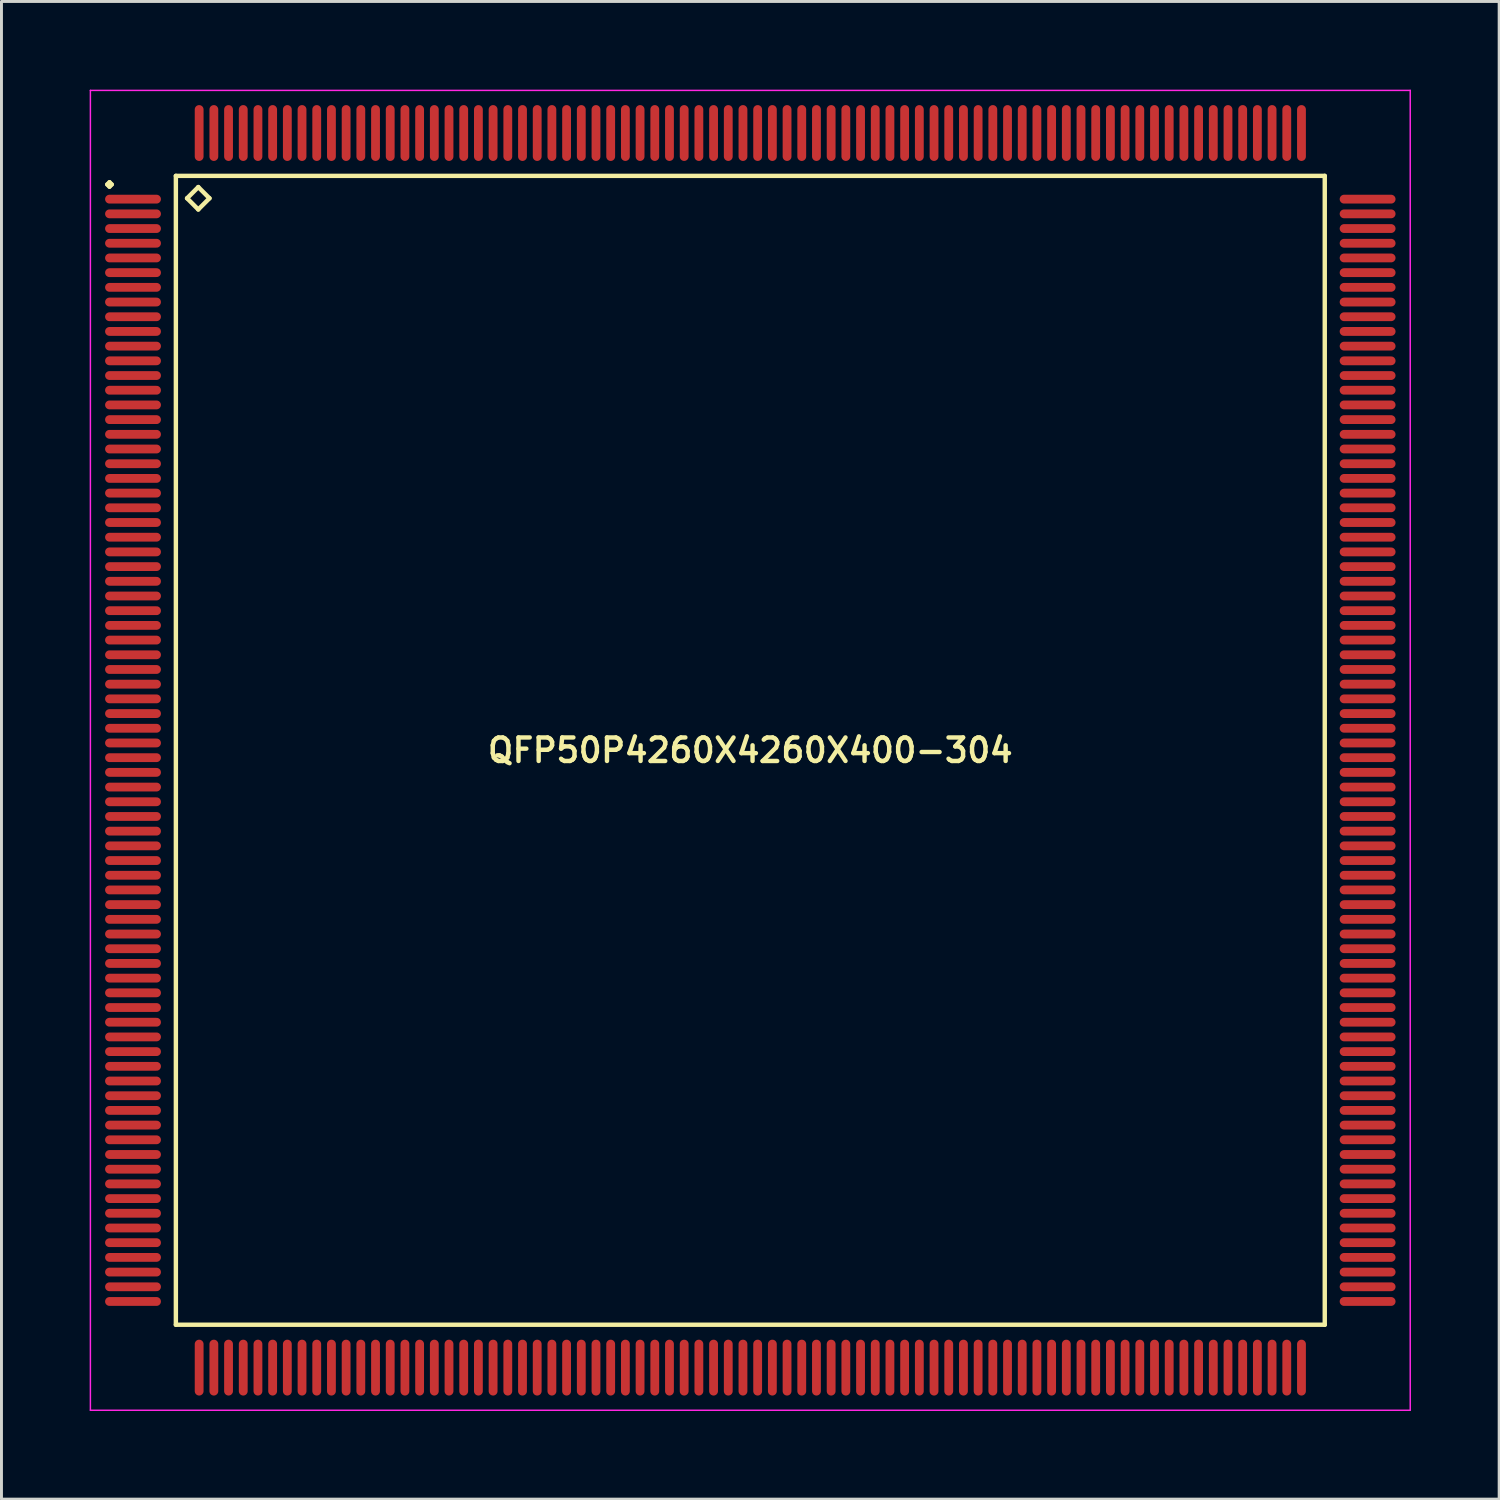
<source format=kicad_pcb>
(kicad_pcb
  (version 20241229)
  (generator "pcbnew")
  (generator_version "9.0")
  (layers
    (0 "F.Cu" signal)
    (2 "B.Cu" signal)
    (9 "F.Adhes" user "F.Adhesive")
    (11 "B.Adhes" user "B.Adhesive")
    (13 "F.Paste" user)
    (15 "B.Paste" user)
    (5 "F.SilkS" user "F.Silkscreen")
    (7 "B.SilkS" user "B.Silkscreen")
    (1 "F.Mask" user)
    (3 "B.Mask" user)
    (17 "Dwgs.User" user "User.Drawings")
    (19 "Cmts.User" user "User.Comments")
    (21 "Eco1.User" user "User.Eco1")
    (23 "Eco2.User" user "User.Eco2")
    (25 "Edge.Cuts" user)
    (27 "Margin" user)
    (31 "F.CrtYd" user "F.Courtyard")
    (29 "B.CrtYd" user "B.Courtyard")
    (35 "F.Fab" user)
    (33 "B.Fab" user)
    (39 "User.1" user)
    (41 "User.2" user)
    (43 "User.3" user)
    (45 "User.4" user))
  (footprint "QFP50P4260X4260X400-304"
    (layer "F.Cu")
    (at 22.475 22.475)
    (property "Reference" "QFP50P4260X4260X400-304" (at 0 0 0) (layer "F.SilkS") (effects (font (size 0.8 0.8) (thickness 0.15))))
    (attr smd)
    (fp_line (start -21.875 -19.25) (end -21.8 -19.325) (stroke (width 0.15) (type solid)) (layer "F.SilkS"))
    (fp_line (start -21.8 -19.325) (end -21.725 -19.25) (stroke (width 0.15) (type solid)) (layer "F.SilkS"))
    (fp_line (start -21.8 -19.175) (end -21.875 -19.25) (stroke (width 0.15) (type solid)) (layer "F.SilkS"))
    (fp_line (start -21.725 -19.25) (end -21.8 -19.175) (stroke (width 0.15) (type solid)) (layer "F.SilkS"))
    (fp_line (start -19.542 -19.542) (end -19.542 19.542) (stroke (width 0.15) (type solid)) (layer "F.SilkS"))
    (fp_line (start -19.542 19.542) (end 19.542 19.542) (stroke (width 0.15) (type solid)) (layer "F.SilkS"))
    (fp_line (start -19.161 -18.78) (end -18.78 -19.161) (stroke (width 0.15) (type solid)) (layer "F.SilkS"))
    (fp_line (start -18.78 -19.161) (end -18.399 -18.78) (stroke (width 0.15) (type solid)) (layer "F.SilkS"))
    (fp_line (start -18.78 -18.399) (end -19.161 -18.78) (stroke (width 0.15) (type solid)) (layer "F.SilkS"))
    (fp_line (start -18.399 -18.78) (end -18.78 -18.399) (stroke (width 0.15) (type solid)) (layer "F.SilkS"))
    (fp_line (start 19.542 -19.542) (end -19.542 -19.542) (stroke (width 0.15) (type solid)) (layer "F.SilkS"))
    (fp_line (start 19.542 19.542) (end 19.542 -19.542) (stroke (width 0.15) (type solid)) (layer "F.SilkS"))
    (fp_line (start -22.45 -22.45) (end 22.45 -22.45) (stroke (width 0.05) (type solid)) (layer "F.CrtYd"))
    (fp_line (start -22.45 22.45) (end -22.45 -22.45) (stroke (width 0.05) (type solid)) (layer "F.CrtYd"))
    (fp_line (start 22.45 -22.45) (end 22.45 22.45) (stroke (width 0.05) (type solid)) (layer "F.CrtYd"))
    (fp_line (start 22.45 22.45) (end -22.45 22.45) (stroke (width 0.05) (type solid)) (layer "F.CrtYd"))
    (pad "1" smd oval (at -21 -18.75) (size 1.9 0.3) (layers "F.Cu" "F.Mask" "F.Paste"))
    (pad "2" smd oval (at -21 -18.25) (size 1.9 0.3) (layers "F.Cu" "F.Mask" "F.Paste"))
    (pad "3" smd oval (at -21 -17.75) (size 1.9 0.3) (layers "F.Cu" "F.Mask" "F.Paste"))
    (pad "4" smd oval (at -21 -17.25) (size 1.9 0.3) (layers "F.Cu" "F.Mask" "F.Paste"))
    (pad "5" smd oval (at -21 -16.75) (size 1.9 0.3) (layers "F.Cu" "F.Mask" "F.Paste"))
    (pad "6" smd oval (at -21 -16.25) (size 1.9 0.3) (layers "F.Cu" "F.Mask" "F.Paste"))
    (pad "7" smd oval (at -21 -15.75) (size 1.9 0.3) (layers "F.Cu" "F.Mask" "F.Paste"))
    (pad "8" smd oval (at -21 -15.25) (size 1.9 0.3) (layers "F.Cu" "F.Mask" "F.Paste"))
    (pad "9" smd oval (at -21 -14.75) (size 1.9 0.3) (layers "F.Cu" "F.Mask" "F.Paste"))
    (pad "10" smd oval (at -21 -14.25) (size 1.9 0.3) (layers "F.Cu" "F.Mask" "F.Paste"))
    (pad "11" smd oval (at -21 -13.75) (size 1.9 0.3) (layers "F.Cu" "F.Mask" "F.Paste"))
    (pad "12" smd oval (at -21 -13.25) (size 1.9 0.3) (layers "F.Cu" "F.Mask" "F.Paste"))
    (pad "13" smd oval (at -21 -12.75) (size 1.9 0.3) (layers "F.Cu" "F.Mask" "F.Paste"))
    (pad "14" smd oval (at -21 -12.25) (size 1.9 0.3) (layers "F.Cu" "F.Mask" "F.Paste"))
    (pad "15" smd oval (at -21 -11.75) (size 1.9 0.3) (layers "F.Cu" "F.Mask" "F.Paste"))
    (pad "16" smd oval (at -21 -11.25) (size 1.9 0.3) (layers "F.Cu" "F.Mask" "F.Paste"))
    (pad "17" smd oval (at -21 -10.75) (size 1.9 0.3) (layers "F.Cu" "F.Mask" "F.Paste"))
    (pad "18" smd oval (at -21 -10.25) (size 1.9 0.3) (layers "F.Cu" "F.Mask" "F.Paste"))
    (pad "19" smd oval (at -21 -9.75) (size 1.9 0.3) (layers "F.Cu" "F.Mask" "F.Paste"))
    (pad "20" smd oval (at -21 -9.25) (size 1.9 0.3) (layers "F.Cu" "F.Mask" "F.Paste"))
    (pad "21" smd oval (at -21 -8.75) (size 1.9 0.3) (layers "F.Cu" "F.Mask" "F.Paste"))
    (pad "22" smd oval (at -21 -8.25) (size 1.9 0.3) (layers "F.Cu" "F.Mask" "F.Paste"))
    (pad "23" smd oval (at -21 -7.75) (size 1.9 0.3) (layers "F.Cu" "F.Mask" "F.Paste"))
    (pad "24" smd oval (at -21 -7.25) (size 1.9 0.3) (layers "F.Cu" "F.Mask" "F.Paste"))
    (pad "25" smd oval (at -21 -6.75) (size 1.9 0.3) (layers "F.Cu" "F.Mask" "F.Paste"))
    (pad "26" smd oval (at -21 -6.25) (size 1.9 0.3) (layers "F.Cu" "F.Mask" "F.Paste"))
    (pad "27" smd oval (at -21 -5.75) (size 1.9 0.3) (layers "F.Cu" "F.Mask" "F.Paste"))
    (pad "28" smd oval (at -21 -5.25) (size 1.9 0.3) (layers "F.Cu" "F.Mask" "F.Paste"))
    (pad "29" smd oval (at -21 -4.75) (size 1.9 0.3) (layers "F.Cu" "F.Mask" "F.Paste"))
    (pad "30" smd oval (at -21 -4.25) (size 1.9 0.3) (layers "F.Cu" "F.Mask" "F.Paste"))
    (pad "31" smd oval (at -21 -3.75) (size 1.9 0.3) (layers "F.Cu" "F.Mask" "F.Paste"))
    (pad "32" smd oval (at -21 -3.25) (size 1.9 0.3) (layers "F.Cu" "F.Mask" "F.Paste"))
    (pad "33" smd oval (at -21 -2.75) (size 1.9 0.3) (layers "F.Cu" "F.Mask" "F.Paste"))
    (pad "34" smd oval (at -21 -2.25) (size 1.9 0.3) (layers "F.Cu" "F.Mask" "F.Paste"))
    (pad "35" smd oval (at -21 -1.75) (size 1.9 0.3) (layers "F.Cu" "F.Mask" "F.Paste"))
    (pad "36" smd oval (at -21 -1.25) (size 1.9 0.3) (layers "F.Cu" "F.Mask" "F.Paste"))
    (pad "37" smd oval (at -21 -0.75) (size 1.9 0.3) (layers "F.Cu" "F.Mask" "F.Paste"))
    (pad "38" smd oval (at -21 -0.25) (size 1.9 0.3) (layers "F.Cu" "F.Mask" "F.Paste"))
    (pad "39" smd oval (at -21 0.25) (size 1.9 0.3) (layers "F.Cu" "F.Mask" "F.Paste"))
    (pad "40" smd oval (at -21 0.75) (size 1.9 0.3) (layers "F.Cu" "F.Mask" "F.Paste"))
    (pad "41" smd oval (at -21 1.25) (size 1.9 0.3) (layers "F.Cu" "F.Mask" "F.Paste"))
    (pad "42" smd oval (at -21 1.75) (size 1.9 0.3) (layers "F.Cu" "F.Mask" "F.Paste"))
    (pad "43" smd oval (at -21 2.25) (size 1.9 0.3) (layers "F.Cu" "F.Mask" "F.Paste"))
    (pad "44" smd oval (at -21 2.75) (size 1.9 0.3) (layers "F.Cu" "F.Mask" "F.Paste"))
    (pad "45" smd oval (at -21 3.25) (size 1.9 0.3) (layers "F.Cu" "F.Mask" "F.Paste"))
    (pad "46" smd oval (at -21 3.75) (size 1.9 0.3) (layers "F.Cu" "F.Mask" "F.Paste"))
    (pad "47" smd oval (at -21 4.25) (size 1.9 0.3) (layers "F.Cu" "F.Mask" "F.Paste"))
    (pad "48" smd oval (at -21 4.75) (size 1.9 0.3) (layers "F.Cu" "F.Mask" "F.Paste"))
    (pad "49" smd oval (at -21 5.25) (size 1.9 0.3) (layers "F.Cu" "F.Mask" "F.Paste"))
    (pad "50" smd oval (at -21 5.75) (size 1.9 0.3) (layers "F.Cu" "F.Mask" "F.Paste"))
    (pad "51" smd oval (at -21 6.25) (size 1.9 0.3) (layers "F.Cu" "F.Mask" "F.Paste"))
    (pad "52" smd oval (at -21 6.75) (size 1.9 0.3) (layers "F.Cu" "F.Mask" "F.Paste"))
    (pad "53" smd oval (at -21 7.25) (size 1.9 0.3) (layers "F.Cu" "F.Mask" "F.Paste"))
    (pad "54" smd oval (at -21 7.75) (size 1.9 0.3) (layers "F.Cu" "F.Mask" "F.Paste"))
    (pad "55" smd oval (at -21 8.25) (size 1.9 0.3) (layers "F.Cu" "F.Mask" "F.Paste"))
    (pad "56" smd oval (at -21 8.75) (size 1.9 0.3) (layers "F.Cu" "F.Mask" "F.Paste"))
    (pad "57" smd oval (at -21 9.25) (size 1.9 0.3) (layers "F.Cu" "F.Mask" "F.Paste"))
    (pad "58" smd oval (at -21 9.75) (size 1.9 0.3) (layers "F.Cu" "F.Mask" "F.Paste"))
    (pad "59" smd oval (at -21 10.25) (size 1.9 0.3) (layers "F.Cu" "F.Mask" "F.Paste"))
    (pad "60" smd oval (at -21 10.75) (size 1.9 0.3) (layers "F.Cu" "F.Mask" "F.Paste"))
    (pad "61" smd oval (at -21 11.25) (size 1.9 0.3) (layers "F.Cu" "F.Mask" "F.Paste"))
    (pad "62" smd oval (at -21 11.75) (size 1.9 0.3) (layers "F.Cu" "F.Mask" "F.Paste"))
    (pad "63" smd oval (at -21 12.25) (size 1.9 0.3) (layers "F.Cu" "F.Mask" "F.Paste"))
    (pad "64" smd oval (at -21 12.75) (size 1.9 0.3) (layers "F.Cu" "F.Mask" "F.Paste"))
    (pad "65" smd oval (at -21 13.25) (size 1.9 0.3) (layers "F.Cu" "F.Mask" "F.Paste"))
    (pad "66" smd oval (at -21 13.75) (size 1.9 0.3) (layers "F.Cu" "F.Mask" "F.Paste"))
    (pad "67" smd oval (at -21 14.25) (size 1.9 0.3) (layers "F.Cu" "F.Mask" "F.Paste"))
    (pad "68" smd oval (at -21 14.75) (size 1.9 0.3) (layers "F.Cu" "F.Mask" "F.Paste"))
    (pad "69" smd oval (at -21 15.25) (size 1.9 0.3) (layers "F.Cu" "F.Mask" "F.Paste"))
    (pad "70" smd oval (at -21 15.75) (size 1.9 0.3) (layers "F.Cu" "F.Mask" "F.Paste"))
    (pad "71" smd oval (at -21 16.25) (size 1.9 0.3) (layers "F.Cu" "F.Mask" "F.Paste"))
    (pad "72" smd oval (at -21 16.75) (size 1.9 0.3) (layers "F.Cu" "F.Mask" "F.Paste"))
    (pad "73" smd oval (at -21 17.25) (size 1.9 0.3) (layers "F.Cu" "F.Mask" "F.Paste"))
    (pad "74" smd oval (at -21 17.75) (size 1.9 0.3) (layers "F.Cu" "F.Mask" "F.Paste"))
    (pad "75" smd oval (at -21 18.25) (size 1.9 0.3) (layers "F.Cu" "F.Mask" "F.Paste"))
    (pad "76" smd oval (at -21 18.75) (size 1.9 0.3) (layers "F.Cu" "F.Mask" "F.Paste"))
    (pad "77" smd oval (at -18.75 21) (size 0.3 1.9) (layers "F.Cu" "F.Mask" "F.Paste"))
    (pad "78" smd oval (at -18.25 21) (size 0.3 1.9) (layers "F.Cu" "F.Mask" "F.Paste"))
    (pad "79" smd oval (at -17.75 21) (size 0.3 1.9) (layers "F.Cu" "F.Mask" "F.Paste"))
    (pad "80" smd oval (at -17.25 21) (size 0.3 1.9) (layers "F.Cu" "F.Mask" "F.Paste"))
    (pad "81" smd oval (at -16.75 21) (size 0.3 1.9) (layers "F.Cu" "F.Mask" "F.Paste"))
    (pad "82" smd oval (at -16.25 21) (size 0.3 1.9) (layers "F.Cu" "F.Mask" "F.Paste"))
    (pad "83" smd oval (at -15.75 21) (size 0.3 1.9) (layers "F.Cu" "F.Mask" "F.Paste"))
    (pad "84" smd oval (at -15.25 21) (size 0.3 1.9) (layers "F.Cu" "F.Mask" "F.Paste"))
    (pad "85" smd oval (at -14.75 21) (size 0.3 1.9) (layers "F.Cu" "F.Mask" "F.Paste"))
    (pad "86" smd oval (at -14.25 21) (size 0.3 1.9) (layers "F.Cu" "F.Mask" "F.Paste"))
    (pad "87" smd oval (at -13.75 21) (size 0.3 1.9) (layers "F.Cu" "F.Mask" "F.Paste"))
    (pad "88" smd oval (at -13.25 21) (size 0.3 1.9) (layers "F.Cu" "F.Mask" "F.Paste"))
    (pad "89" smd oval (at -12.75 21) (size 0.3 1.9) (layers "F.Cu" "F.Mask" "F.Paste"))
    (pad "90" smd oval (at -12.25 21) (size 0.3 1.9) (layers "F.Cu" "F.Mask" "F.Paste"))
    (pad "91" smd oval (at -11.75 21) (size 0.3 1.9) (layers "F.Cu" "F.Mask" "F.Paste"))
    (pad "92" smd oval (at -11.25 21) (size 0.3 1.9) (layers "F.Cu" "F.Mask" "F.Paste"))
    (pad "93" smd oval (at -10.75 21) (size 0.3 1.9) (layers "F.Cu" "F.Mask" "F.Paste"))
    (pad "94" smd oval (at -10.25 21) (size 0.3 1.9) (layers "F.Cu" "F.Mask" "F.Paste"))
    (pad "95" smd oval (at -9.75 21) (size 0.3 1.9) (layers "F.Cu" "F.Mask" "F.Paste"))
    (pad "96" smd oval (at -9.25 21) (size 0.3 1.9) (layers "F.Cu" "F.Mask" "F.Paste"))
    (pad "97" smd oval (at -8.75 21) (size 0.3 1.9) (layers "F.Cu" "F.Mask" "F.Paste"))
    (pad "98" smd oval (at -8.25 21) (size 0.3 1.9) (layers "F.Cu" "F.Mask" "F.Paste"))
    (pad "99" smd oval (at -7.75 21) (size 0.3 1.9) (layers "F.Cu" "F.Mask" "F.Paste"))
    (pad "100" smd oval (at -7.25 21) (size 0.3 1.9) (layers "F.Cu" "F.Mask" "F.Paste"))
    (pad "101" smd oval (at -6.75 21) (size 0.3 1.9) (layers "F.Cu" "F.Mask" "F.Paste"))
    (pad "102" smd oval (at -6.25 21) (size 0.3 1.9) (layers "F.Cu" "F.Mask" "F.Paste"))
    (pad "103" smd oval (at -5.75 21) (size 0.3 1.9) (layers "F.Cu" "F.Mask" "F.Paste"))
    (pad "104" smd oval (at -5.25 21) (size 0.3 1.9) (layers "F.Cu" "F.Mask" "F.Paste"))
    (pad "105" smd oval (at -4.75 21) (size 0.3 1.9) (layers "F.Cu" "F.Mask" "F.Paste"))
    (pad "106" smd oval (at -4.25 21) (size 0.3 1.9) (layers "F.Cu" "F.Mask" "F.Paste"))
    (pad "107" smd oval (at -3.75 21) (size 0.3 1.9) (layers "F.Cu" "F.Mask" "F.Paste"))
    (pad "108" smd oval (at -3.25 21) (size 0.3 1.9) (layers "F.Cu" "F.Mask" "F.Paste"))
    (pad "109" smd oval (at -2.75 21) (size 0.3 1.9) (layers "F.Cu" "F.Mask" "F.Paste"))
    (pad "110" smd oval (at -2.25 21) (size 0.3 1.9) (layers "F.Cu" "F.Mask" "F.Paste"))
    (pad "111" smd oval (at -1.75 21) (size 0.3 1.9) (layers "F.Cu" "F.Mask" "F.Paste"))
    (pad "112" smd oval (at -1.25 21) (size 0.3 1.9) (layers "F.Cu" "F.Mask" "F.Paste"))
    (pad "113" smd oval (at -0.75 21) (size 0.3 1.9) (layers "F.Cu" "F.Mask" "F.Paste"))
    (pad "114" smd oval (at -0.25 21) (size 0.3 1.9) (layers "F.Cu" "F.Mask" "F.Paste"))
    (pad "115" smd oval (at 0.25 21) (size 0.3 1.9) (layers "F.Cu" "F.Mask" "F.Paste"))
    (pad "116" smd oval (at 0.75 21) (size 0.3 1.9) (layers "F.Cu" "F.Mask" "F.Paste"))
    (pad "117" smd oval (at 1.25 21) (size 0.3 1.9) (layers "F.Cu" "F.Mask" "F.Paste"))
    (pad "118" smd oval (at 1.75 21) (size 0.3 1.9) (layers "F.Cu" "F.Mask" "F.Paste"))
    (pad "119" smd oval (at 2.25 21) (size 0.3 1.9) (layers "F.Cu" "F.Mask" "F.Paste"))
    (pad "120" smd oval (at 2.75 21) (size 0.3 1.9) (layers "F.Cu" "F.Mask" "F.Paste"))
    (pad "121" smd oval (at 3.25 21) (size 0.3 1.9) (layers "F.Cu" "F.Mask" "F.Paste"))
    (pad "122" smd oval (at 3.75 21) (size 0.3 1.9) (layers "F.Cu" "F.Mask" "F.Paste"))
    (pad "123" smd oval (at 4.25 21) (size 0.3 1.9) (layers "F.Cu" "F.Mask" "F.Paste"))
    (pad "124" smd oval (at 4.75 21) (size 0.3 1.9) (layers "F.Cu" "F.Mask" "F.Paste"))
    (pad "125" smd oval (at 5.25 21) (size 0.3 1.9) (layers "F.Cu" "F.Mask" "F.Paste"))
    (pad "126" smd oval (at 5.75 21) (size 0.3 1.9) (layers "F.Cu" "F.Mask" "F.Paste"))
    (pad "127" smd oval (at 6.25 21) (size 0.3 1.9) (layers "F.Cu" "F.Mask" "F.Paste"))
    (pad "128" smd oval (at 6.75 21) (size 0.3 1.9) (layers "F.Cu" "F.Mask" "F.Paste"))
    (pad "129" smd oval (at 7.25 21) (size 0.3 1.9) (layers "F.Cu" "F.Mask" "F.Paste"))
    (pad "130" smd oval (at 7.75 21) (size 0.3 1.9) (layers "F.Cu" "F.Mask" "F.Paste"))
    (pad "131" smd oval (at 8.25 21) (size 0.3 1.9) (layers "F.Cu" "F.Mask" "F.Paste"))
    (pad "132" smd oval (at 8.75 21) (size 0.3 1.9) (layers "F.Cu" "F.Mask" "F.Paste"))
    (pad "133" smd oval (at 9.25 21) (size 0.3 1.9) (layers "F.Cu" "F.Mask" "F.Paste"))
    (pad "134" smd oval (at 9.75 21) (size 0.3 1.9) (layers "F.Cu" "F.Mask" "F.Paste"))
    (pad "135" smd oval (at 10.25 21) (size 0.3 1.9) (layers "F.Cu" "F.Mask" "F.Paste"))
    (pad "136" smd oval (at 10.75 21) (size 0.3 1.9) (layers "F.Cu" "F.Mask" "F.Paste"))
    (pad "137" smd oval (at 11.25 21) (size 0.3 1.9) (layers "F.Cu" "F.Mask" "F.Paste"))
    (pad "138" smd oval (at 11.75 21) (size 0.3 1.9) (layers "F.Cu" "F.Mask" "F.Paste"))
    (pad "139" smd oval (at 12.25 21) (size 0.3 1.9) (layers "F.Cu" "F.Mask" "F.Paste"))
    (pad "140" smd oval (at 12.75 21) (size 0.3 1.9) (layers "F.Cu" "F.Mask" "F.Paste"))
    (pad "141" smd oval (at 13.25 21) (size 0.3 1.9) (layers "F.Cu" "F.Mask" "F.Paste"))
    (pad "142" smd oval (at 13.75 21) (size 0.3 1.9) (layers "F.Cu" "F.Mask" "F.Paste"))
    (pad "143" smd oval (at 14.25 21) (size 0.3 1.9) (layers "F.Cu" "F.Mask" "F.Paste"))
    (pad "144" smd oval (at 14.75 21) (size 0.3 1.9) (layers "F.Cu" "F.Mask" "F.Paste"))
    (pad "145" smd oval (at 15.25 21) (size 0.3 1.9) (layers "F.Cu" "F.Mask" "F.Paste"))
    (pad "146" smd oval (at 15.75 21) (size 0.3 1.9) (layers "F.Cu" "F.Mask" "F.Paste"))
    (pad "147" smd oval (at 16.25 21) (size 0.3 1.9) (layers "F.Cu" "F.Mask" "F.Paste"))
    (pad "148" smd oval (at 16.75 21) (size 0.3 1.9) (layers "F.Cu" "F.Mask" "F.Paste"))
    (pad "149" smd oval (at 17.25 21) (size 0.3 1.9) (layers "F.Cu" "F.Mask" "F.Paste"))
    (pad "150" smd oval (at 17.75 21) (size 0.3 1.9) (layers "F.Cu" "F.Mask" "F.Paste"))
    (pad "151" smd oval (at 18.25 21) (size 0.3 1.9) (layers "F.Cu" "F.Mask" "F.Paste"))
    (pad "152" smd oval (at 18.75 21) (size 0.3 1.9) (layers "F.Cu" "F.Mask" "F.Paste"))
    (pad "153" smd oval (at 21 18.75) (size 1.9 0.3) (layers "F.Cu" "F.Mask" "F.Paste"))
    (pad "154" smd oval (at 21 18.25) (size 1.9 0.3) (layers "F.Cu" "F.Mask" "F.Paste"))
    (pad "155" smd oval (at 21 17.75) (size 1.9 0.3) (layers "F.Cu" "F.Mask" "F.Paste"))
    (pad "156" smd oval (at 21 17.25) (size 1.9 0.3) (layers "F.Cu" "F.Mask" "F.Paste"))
    (pad "157" smd oval (at 21 16.75) (size 1.9 0.3) (layers "F.Cu" "F.Mask" "F.Paste"))
    (pad "158" smd oval (at 21 16.25) (size 1.9 0.3) (layers "F.Cu" "F.Mask" "F.Paste"))
    (pad "159" smd oval (at 21 15.75) (size 1.9 0.3) (layers "F.Cu" "F.Mask" "F.Paste"))
    (pad "160" smd oval (at 21 15.25) (size 1.9 0.3) (layers "F.Cu" "F.Mask" "F.Paste"))
    (pad "161" smd oval (at 21 14.75) (size 1.9 0.3) (layers "F.Cu" "F.Mask" "F.Paste"))
    (pad "162" smd oval (at 21 14.25) (size 1.9 0.3) (layers "F.Cu" "F.Mask" "F.Paste"))
    (pad "163" smd oval (at 21 13.75) (size 1.9 0.3) (layers "F.Cu" "F.Mask" "F.Paste"))
    (pad "164" smd oval (at 21 13.25) (size 1.9 0.3) (layers "F.Cu" "F.Mask" "F.Paste"))
    (pad "165" smd oval (at 21 12.75) (size 1.9 0.3) (layers "F.Cu" "F.Mask" "F.Paste"))
    (pad "166" smd oval (at 21 12.25) (size 1.9 0.3) (layers "F.Cu" "F.Mask" "F.Paste"))
    (pad "167" smd oval (at 21 11.75) (size 1.9 0.3) (layers "F.Cu" "F.Mask" "F.Paste"))
    (pad "168" smd oval (at 21 11.25) (size 1.9 0.3) (layers "F.Cu" "F.Mask" "F.Paste"))
    (pad "169" smd oval (at 21 10.75) (size 1.9 0.3) (layers "F.Cu" "F.Mask" "F.Paste"))
    (pad "170" smd oval (at 21 10.25) (size 1.9 0.3) (layers "F.Cu" "F.Mask" "F.Paste"))
    (pad "171" smd oval (at 21 9.75) (size 1.9 0.3) (layers "F.Cu" "F.Mask" "F.Paste"))
    (pad "172" smd oval (at 21 9.25) (size 1.9 0.3) (layers "F.Cu" "F.Mask" "F.Paste"))
    (pad "173" smd oval (at 21 8.75) (size 1.9 0.3) (layers "F.Cu" "F.Mask" "F.Paste"))
    (pad "174" smd oval (at 21 8.25) (size 1.9 0.3) (layers "F.Cu" "F.Mask" "F.Paste"))
    (pad "175" smd oval (at 21 7.75) (size 1.9 0.3) (layers "F.Cu" "F.Mask" "F.Paste"))
    (pad "176" smd oval (at 21 7.25) (size 1.9 0.3) (layers "F.Cu" "F.Mask" "F.Paste"))
    (pad "177" smd oval (at 21 6.75) (size 1.9 0.3) (layers "F.Cu" "F.Mask" "F.Paste"))
    (pad "178" smd oval (at 21 6.25) (size 1.9 0.3) (layers "F.Cu" "F.Mask" "F.Paste"))
    (pad "179" smd oval (at 21 5.75) (size 1.9 0.3) (layers "F.Cu" "F.Mask" "F.Paste"))
    (pad "180" smd oval (at 21 5.25) (size 1.9 0.3) (layers "F.Cu" "F.Mask" "F.Paste"))
    (pad "181" smd oval (at 21 4.75) (size 1.9 0.3) (layers "F.Cu" "F.Mask" "F.Paste"))
    (pad "182" smd oval (at 21 4.25) (size 1.9 0.3) (layers "F.Cu" "F.Mask" "F.Paste"))
    (pad "183" smd oval (at 21 3.75) (size 1.9 0.3) (layers "F.Cu" "F.Mask" "F.Paste"))
    (pad "184" smd oval (at 21 3.25) (size 1.9 0.3) (layers "F.Cu" "F.Mask" "F.Paste"))
    (pad "185" smd oval (at 21 2.75) (size 1.9 0.3) (layers "F.Cu" "F.Mask" "F.Paste"))
    (pad "186" smd oval (at 21 2.25) (size 1.9 0.3) (layers "F.Cu" "F.Mask" "F.Paste"))
    (pad "187" smd oval (at 21 1.75) (size 1.9 0.3) (layers "F.Cu" "F.Mask" "F.Paste"))
    (pad "188" smd oval (at 21 1.25) (size 1.9 0.3) (layers "F.Cu" "F.Mask" "F.Paste"))
    (pad "189" smd oval (at 21 0.75) (size 1.9 0.3) (layers "F.Cu" "F.Mask" "F.Paste"))
    (pad "190" smd oval (at 21 0.25) (size 1.9 0.3) (layers "F.Cu" "F.Mask" "F.Paste"))
    (pad "191" smd oval (at 21 -0.25) (size 1.9 0.3) (layers "F.Cu" "F.Mask" "F.Paste"))
    (pad "192" smd oval (at 21 -0.75) (size 1.9 0.3) (layers "F.Cu" "F.Mask" "F.Paste"))
    (pad "193" smd oval (at 21 -1.25) (size 1.9 0.3) (layers "F.Cu" "F.Mask" "F.Paste"))
    (pad "194" smd oval (at 21 -1.75) (size 1.9 0.3) (layers "F.Cu" "F.Mask" "F.Paste"))
    (pad "195" smd oval (at 21 -2.25) (size 1.9 0.3) (layers "F.Cu" "F.Mask" "F.Paste"))
    (pad "196" smd oval (at 21 -2.75) (size 1.9 0.3) (layers "F.Cu" "F.Mask" "F.Paste"))
    (pad "197" smd oval (at 21 -3.25) (size 1.9 0.3) (layers "F.Cu" "F.Mask" "F.Paste"))
    (pad "198" smd oval (at 21 -3.75) (size 1.9 0.3) (layers "F.Cu" "F.Mask" "F.Paste"))
    (pad "199" smd oval (at 21 -4.25) (size 1.9 0.3) (layers "F.Cu" "F.Mask" "F.Paste"))
    (pad "200" smd oval (at 21 -4.75) (size 1.9 0.3) (layers "F.Cu" "F.Mask" "F.Paste"))
    (pad "201" smd oval (at 21 -5.25) (size 1.9 0.3) (layers "F.Cu" "F.Mask" "F.Paste"))
    (pad "202" smd oval (at 21 -5.75) (size 1.9 0.3) (layers "F.Cu" "F.Mask" "F.Paste"))
    (pad "203" smd oval (at 21 -6.25) (size 1.9 0.3) (layers "F.Cu" "F.Mask" "F.Paste"))
    (pad "204" smd oval (at 21 -6.75) (size 1.9 0.3) (layers "F.Cu" "F.Mask" "F.Paste"))
    (pad "205" smd oval (at 21 -7.25) (size 1.9 0.3) (layers "F.Cu" "F.Mask" "F.Paste"))
    (pad "206" smd oval (at 21 -7.75) (size 1.9 0.3) (layers "F.Cu" "F.Mask" "F.Paste"))
    (pad "207" smd oval (at 21 -8.25) (size 1.9 0.3) (layers "F.Cu" "F.Mask" "F.Paste"))
    (pad "208" smd oval (at 21 -8.75) (size 1.9 0.3) (layers "F.Cu" "F.Mask" "F.Paste"))
    (pad "209" smd oval (at 21 -9.25) (size 1.9 0.3) (layers "F.Cu" "F.Mask" "F.Paste"))
    (pad "210" smd oval (at 21 -9.75) (size 1.9 0.3) (layers "F.Cu" "F.Mask" "F.Paste"))
    (pad "211" smd oval (at 21 -10.25) (size 1.9 0.3) (layers "F.Cu" "F.Mask" "F.Paste"))
    (pad "212" smd oval (at 21 -10.75) (size 1.9 0.3) (layers "F.Cu" "F.Mask" "F.Paste"))
    (pad "213" smd oval (at 21 -11.25) (size 1.9 0.3) (layers "F.Cu" "F.Mask" "F.Paste"))
    (pad "214" smd oval (at 21 -11.75) (size 1.9 0.3) (layers "F.Cu" "F.Mask" "F.Paste"))
    (pad "215" smd oval (at 21 -12.25) (size 1.9 0.3) (layers "F.Cu" "F.Mask" "F.Paste"))
    (pad "216" smd oval (at 21 -12.75) (size 1.9 0.3) (layers "F.Cu" "F.Mask" "F.Paste"))
    (pad "217" smd oval (at 21 -13.25) (size 1.9 0.3) (layers "F.Cu" "F.Mask" "F.Paste"))
    (pad "218" smd oval (at 21 -13.75) (size 1.9 0.3) (layers "F.Cu" "F.Mask" "F.Paste"))
    (pad "219" smd oval (at 21 -14.25) (size 1.9 0.3) (layers "F.Cu" "F.Mask" "F.Paste"))
    (pad "220" smd oval (at 21 -14.75) (size 1.9 0.3) (layers "F.Cu" "F.Mask" "F.Paste"))
    (pad "221" smd oval (at 21 -15.25) (size 1.9 0.3) (layers "F.Cu" "F.Mask" "F.Paste"))
    (pad "222" smd oval (at 21 -15.75) (size 1.9 0.3) (layers "F.Cu" "F.Mask" "F.Paste"))
    (pad "223" smd oval (at 21 -16.25) (size 1.9 0.3) (layers "F.Cu" "F.Mask" "F.Paste"))
    (pad "224" smd oval (at 21 -16.75) (size 1.9 0.3) (layers "F.Cu" "F.Mask" "F.Paste"))
    (pad "225" smd oval (at 21 -17.25) (size 1.9 0.3) (layers "F.Cu" "F.Mask" "F.Paste"))
    (pad "226" smd oval (at 21 -17.75) (size 1.9 0.3) (layers "F.Cu" "F.Mask" "F.Paste"))
    (pad "227" smd oval (at 21 -18.25) (size 1.9 0.3) (layers "F.Cu" "F.Mask" "F.Paste"))
    (pad "228" smd oval (at 21 -18.75) (size 1.9 0.3) (layers "F.Cu" "F.Mask" "F.Paste"))
    (pad "229" smd oval (at 18.75 -21) (size 0.3 1.9) (layers "F.Cu" "F.Mask" "F.Paste"))
    (pad "230" smd oval (at 18.25 -21) (size 0.3 1.9) (layers "F.Cu" "F.Mask" "F.Paste"))
    (pad "231" smd oval (at 17.75 -21) (size 0.3 1.9) (layers "F.Cu" "F.Mask" "F.Paste"))
    (pad "232" smd oval (at 17.25 -21) (size 0.3 1.9) (layers "F.Cu" "F.Mask" "F.Paste"))
    (pad "233" smd oval (at 16.75 -21) (size 0.3 1.9) (layers "F.Cu" "F.Mask" "F.Paste"))
    (pad "234" smd oval (at 16.25 -21) (size 0.3 1.9) (layers "F.Cu" "F.Mask" "F.Paste"))
    (pad "235" smd oval (at 15.75 -21) (size 0.3 1.9) (layers "F.Cu" "F.Mask" "F.Paste"))
    (pad "236" smd oval (at 15.25 -21) (size 0.3 1.9) (layers "F.Cu" "F.Mask" "F.Paste"))
    (pad "237" smd oval (at 14.75 -21) (size 0.3 1.9) (layers "F.Cu" "F.Mask" "F.Paste"))
    (pad "238" smd oval (at 14.25 -21) (size 0.3 1.9) (layers "F.Cu" "F.Mask" "F.Paste"))
    (pad "239" smd oval (at 13.75 -21) (size 0.3 1.9) (layers "F.Cu" "F.Mask" "F.Paste"))
    (pad "240" smd oval (at 13.25 -21) (size 0.3 1.9) (layers "F.Cu" "F.Mask" "F.Paste"))
    (pad "241" smd oval (at 12.75 -21) (size 0.3 1.9) (layers "F.Cu" "F.Mask" "F.Paste"))
    (pad "242" smd oval (at 12.25 -21) (size 0.3 1.9) (layers "F.Cu" "F.Mask" "F.Paste"))
    (pad "243" smd oval (at 11.75 -21) (size 0.3 1.9) (layers "F.Cu" "F.Mask" "F.Paste"))
    (pad "244" smd oval (at 11.25 -21) (size 0.3 1.9) (layers "F.Cu" "F.Mask" "F.Paste"))
    (pad "245" smd oval (at 10.75 -21) (size 0.3 1.9) (layers "F.Cu" "F.Mask" "F.Paste"))
    (pad "246" smd oval (at 10.25 -21) (size 0.3 1.9) (layers "F.Cu" "F.Mask" "F.Paste"))
    (pad "247" smd oval (at 9.75 -21) (size 0.3 1.9) (layers "F.Cu" "F.Mask" "F.Paste"))
    (pad "248" smd oval (at 9.25 -21) (size 0.3 1.9) (layers "F.Cu" "F.Mask" "F.Paste"))
    (pad "249" smd oval (at 8.75 -21) (size 0.3 1.9) (layers "F.Cu" "F.Mask" "F.Paste"))
    (pad "250" smd oval (at 8.25 -21) (size 0.3 1.9) (layers "F.Cu" "F.Mask" "F.Paste"))
    (pad "251" smd oval (at 7.75 -21) (size 0.3 1.9) (layers "F.Cu" "F.Mask" "F.Paste"))
    (pad "252" smd oval (at 7.25 -21) (size 0.3 1.9) (layers "F.Cu" "F.Mask" "F.Paste"))
    (pad "253" smd oval (at 6.75 -21) (size 0.3 1.9) (layers "F.Cu" "F.Mask" "F.Paste"))
    (pad "254" smd oval (at 6.25 -21) (size 0.3 1.9) (layers "F.Cu" "F.Mask" "F.Paste"))
    (pad "255" smd oval (at 5.75 -21) (size 0.3 1.9) (layers "F.Cu" "F.Mask" "F.Paste"))
    (pad "256" smd oval (at 5.25 -21) (size 0.3 1.9) (layers "F.Cu" "F.Mask" "F.Paste"))
    (pad "257" smd oval (at 4.75 -21) (size 0.3 1.9) (layers "F.Cu" "F.Mask" "F.Paste"))
    (pad "258" smd oval (at 4.25 -21) (size 0.3 1.9) (layers "F.Cu" "F.Mask" "F.Paste"))
    (pad "259" smd oval (at 3.75 -21) (size 0.3 1.9) (layers "F.Cu" "F.Mask" "F.Paste"))
    (pad "260" smd oval (at 3.25 -21) (size 0.3 1.9) (layers "F.Cu" "F.Mask" "F.Paste"))
    (pad "261" smd oval (at 2.75 -21) (size 0.3 1.9) (layers "F.Cu" "F.Mask" "F.Paste"))
    (pad "262" smd oval (at 2.25 -21) (size 0.3 1.9) (layers "F.Cu" "F.Mask" "F.Paste"))
    (pad "263" smd oval (at 1.75 -21) (size 0.3 1.9) (layers "F.Cu" "F.Mask" "F.Paste"))
    (pad "264" smd oval (at 1.25 -21) (size 0.3 1.9) (layers "F.Cu" "F.Mask" "F.Paste"))
    (pad "265" smd oval (at 0.75 -21) (size 0.3 1.9) (layers "F.Cu" "F.Mask" "F.Paste"))
    (pad "266" smd oval (at 0.25 -21) (size 0.3 1.9) (layers "F.Cu" "F.Mask" "F.Paste"))
    (pad "267" smd oval (at -0.25 -21) (size 0.3 1.9) (layers "F.Cu" "F.Mask" "F.Paste"))
    (pad "268" smd oval (at -0.75 -21) (size 0.3 1.9) (layers "F.Cu" "F.Mask" "F.Paste"))
    (pad "269" smd oval (at -1.25 -21) (size 0.3 1.9) (layers "F.Cu" "F.Mask" "F.Paste"))
    (pad "270" smd oval (at -1.75 -21) (size 0.3 1.9) (layers "F.Cu" "F.Mask" "F.Paste"))
    (pad "271" smd oval (at -2.25 -21) (size 0.3 1.9) (layers "F.Cu" "F.Mask" "F.Paste"))
    (pad "272" smd oval (at -2.75 -21) (size 0.3 1.9) (layers "F.Cu" "F.Mask" "F.Paste"))
    (pad "273" smd oval (at -3.25 -21) (size 0.3 1.9) (layers "F.Cu" "F.Mask" "F.Paste"))
    (pad "274" smd oval (at -3.75 -21) (size 0.3 1.9) (layers "F.Cu" "F.Mask" "F.Paste"))
    (pad "275" smd oval (at -4.25 -21) (size 0.3 1.9) (layers "F.Cu" "F.Mask" "F.Paste"))
    (pad "276" smd oval (at -4.75 -21) (size 0.3 1.9) (layers "F.Cu" "F.Mask" "F.Paste"))
    (pad "277" smd oval (at -5.25 -21) (size 0.3 1.9) (layers "F.Cu" "F.Mask" "F.Paste"))
    (pad "278" smd oval (at -5.75 -21) (size 0.3 1.9) (layers "F.Cu" "F.Mask" "F.Paste"))
    (pad "279" smd oval (at -6.25 -21) (size 0.3 1.9) (layers "F.Cu" "F.Mask" "F.Paste"))
    (pad "280" smd oval (at -6.75 -21) (size 0.3 1.9) (layers "F.Cu" "F.Mask" "F.Paste"))
    (pad "281" smd oval (at -7.25 -21) (size 0.3 1.9) (layers "F.Cu" "F.Mask" "F.Paste"))
    (pad "282" smd oval (at -7.75 -21) (size 0.3 1.9) (layers "F.Cu" "F.Mask" "F.Paste"))
    (pad "283" smd oval (at -8.25 -21) (size 0.3 1.9) (layers "F.Cu" "F.Mask" "F.Paste"))
    (pad "284" smd oval (at -8.75 -21) (size 0.3 1.9) (layers "F.Cu" "F.Mask" "F.Paste"))
    (pad "285" smd oval (at -9.25 -21) (size 0.3 1.9) (layers "F.Cu" "F.Mask" "F.Paste"))
    (pad "286" smd oval (at -9.75 -21) (size 0.3 1.9) (layers "F.Cu" "F.Mask" "F.Paste"))
    (pad "287" smd oval (at -10.25 -21) (size 0.3 1.9) (layers "F.Cu" "F.Mask" "F.Paste"))
    (pad "288" smd oval (at -10.75 -21) (size 0.3 1.9) (layers "F.Cu" "F.Mask" "F.Paste"))
    (pad "289" smd oval (at -11.25 -21) (size 0.3 1.9) (layers "F.Cu" "F.Mask" "F.Paste"))
    (pad "290" smd oval (at -11.75 -21) (size 0.3 1.9) (layers "F.Cu" "F.Mask" "F.Paste"))
    (pad "291" smd oval (at -12.25 -21) (size 0.3 1.9) (layers "F.Cu" "F.Mask" "F.Paste"))
    (pad "292" smd oval (at -12.75 -21) (size 0.3 1.9) (layers "F.Cu" "F.Mask" "F.Paste"))
    (pad "293" smd oval (at -13.25 -21) (size 0.3 1.9) (layers "F.Cu" "F.Mask" "F.Paste"))
    (pad "294" smd oval (at -13.75 -21) (size 0.3 1.9) (layers "F.Cu" "F.Mask" "F.Paste"))
    (pad "295" smd oval (at -14.25 -21) (size 0.3 1.9) (layers "F.Cu" "F.Mask" "F.Paste"))
    (pad "296" smd oval (at -14.75 -21) (size 0.3 1.9) (layers "F.Cu" "F.Mask" "F.Paste"))
    (pad "297" smd oval (at -15.25 -21) (size 0.3 1.9) (layers "F.Cu" "F.Mask" "F.Paste"))
    (pad "298" smd oval (at -15.75 -21) (size 0.3 1.9) (layers "F.Cu" "F.Mask" "F.Paste"))
    (pad "299" smd oval (at -16.25 -21) (size 0.3 1.9) (layers "F.Cu" "F.Mask" "F.Paste"))
    (pad "300" smd oval (at -16.75 -21) (size 0.3 1.9) (layers "F.Cu" "F.Mask" "F.Paste"))
    (pad "301" smd oval (at -17.25 -21) (size 0.3 1.9) (layers "F.Cu" "F.Mask" "F.Paste"))
    (pad "302" smd oval (at -17.75 -21) (size 0.3 1.9) (layers "F.Cu" "F.Mask" "F.Paste"))
    (pad "303" smd oval (at -18.25 -21) (size 0.3 1.9) (layers "F.Cu" "F.Mask" "F.Paste"))
    (pad "304" smd oval (at -18.75 -21) (size 0.3 1.9) (layers "F.Cu" "F.Mask" "F.Paste")))
  (gr_rect
    (start -3 -3)
    (end 47.95 47.95)
    (stroke (width 0.1) (type default))
    (fill no)
    (layer "Edge.Cuts")))
</source>
